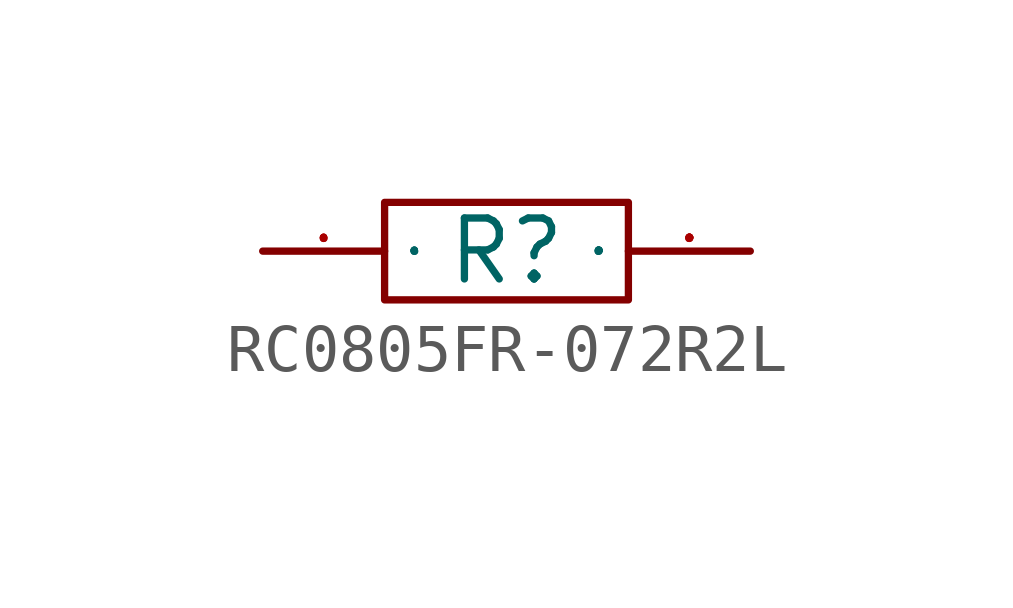
<source format=kicad_sym>
(kicad_symbol_lib
  (version 20241209)
  (generator "kicad_symbol_editor")
  (generator_version "9.0")
  (symbol "RC0805FR-072R2L"
    (property "Reference" "R"
      (at 0 0 0)
      (effects (font (size 1.27 1.27))))
    (symbol "RC0805FR-072R2L_1_0"
      (rectangle (start -2.54 -1.016) (end 2.54 1.016) (stroke (width 0) (type default)) (fill (type none)))
      (pin input line (at -5.08 0 0) (length 2.54) (name "1" (effects (font (size 0.025 0.025)))) (number "1" (effects (font (size 0.025 0.025)))))
      (pin input line (at 5.08 0 180) (length 2.54) (name "2" (effects (font (size 0.025 0.025)))) (number "2" (effects (font (size 0.025 0.025))))))))
</source>
